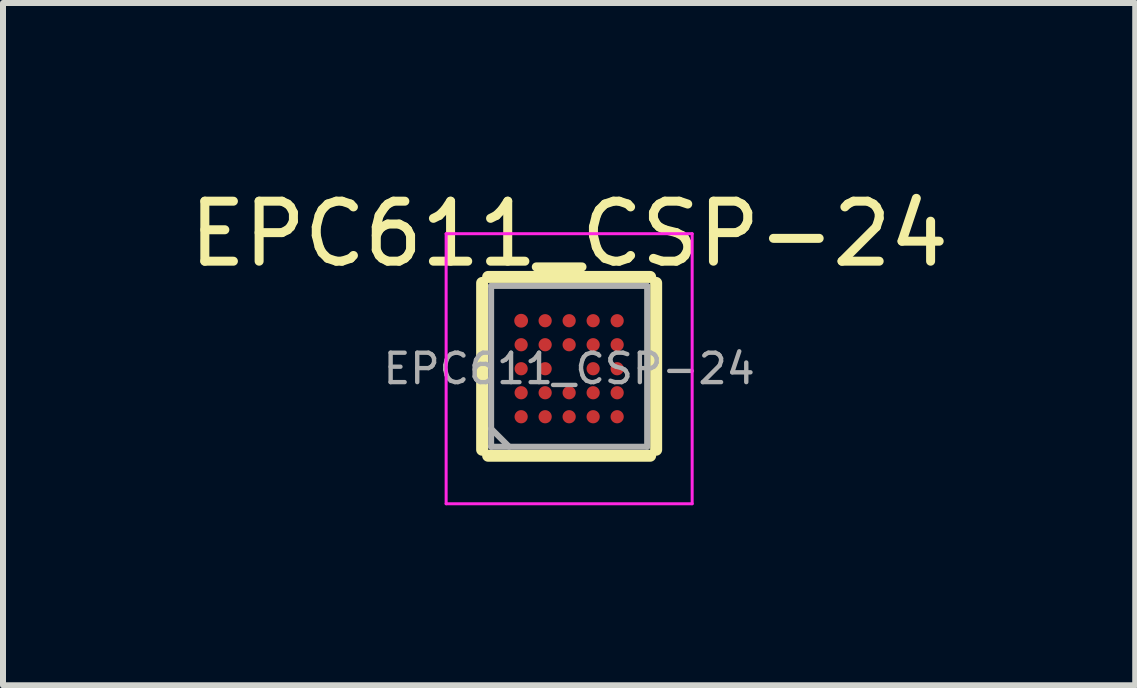
<source format=kicad_pcb>
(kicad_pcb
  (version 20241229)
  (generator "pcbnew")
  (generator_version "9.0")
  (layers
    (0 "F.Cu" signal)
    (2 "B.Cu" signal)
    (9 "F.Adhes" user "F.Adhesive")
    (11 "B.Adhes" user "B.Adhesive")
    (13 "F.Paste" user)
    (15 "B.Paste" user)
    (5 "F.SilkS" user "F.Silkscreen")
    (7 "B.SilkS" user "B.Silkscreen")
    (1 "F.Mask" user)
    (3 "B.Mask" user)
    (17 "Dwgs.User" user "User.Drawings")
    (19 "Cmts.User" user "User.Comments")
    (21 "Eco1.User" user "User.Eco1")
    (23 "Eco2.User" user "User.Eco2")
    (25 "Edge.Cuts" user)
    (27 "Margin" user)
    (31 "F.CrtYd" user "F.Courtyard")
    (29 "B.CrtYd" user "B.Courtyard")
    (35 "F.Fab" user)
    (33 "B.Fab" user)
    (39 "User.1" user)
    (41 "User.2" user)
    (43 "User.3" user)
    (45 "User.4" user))
  (footprint "EPC611_CSP-24"
    (layer "F.Cu")
    (at 6.435 3.095)
    (property "Reference" "EPC611_CSP-24" (at 0 -2.247 0) (layer "F.SilkS") (effects (font (size 1 1) (thickness 0.15))))
    (attr smd)
    (fp_line (start -1.45 1.35) (end -1.45 -1.43) (stroke (width 0.2) (type solid)) (layer "F.SilkS"))
    (fp_line (start -1.35 -1.53) (end 1.35 -1.53) (stroke (width 0.2) (type solid)) (layer "F.SilkS"))
    (fp_line (start 1.35 1.45) (end -1.35 1.45) (stroke (width 0.2) (type solid)) (layer "F.SilkS"))
    (fp_line (start 1.45 -1.43) (end 1.45 1.35) (stroke (width 0.2) (type solid)) (layer "F.SilkS"))
    (fp_line (start -2.05 -2.25) (end -2.05 2.25) (stroke (width 0.05) (type solid)) (layer "F.CrtYd"))
    (fp_line (start -2.05 2.25) (end 2.05 2.25) (stroke (width 0.05) (type solid)) (layer "F.CrtYd"))
    (fp_line (start 2.05 -2.25) (end -2.05 -2.25) (stroke (width 0.05) (type solid)) (layer "F.CrtYd"))
    (fp_line (start 2.05 2.25) (end 2.05 -2.25) (stroke (width 0.05) (type solid)) (layer "F.CrtYd"))
    (fp_line (start -1.3 -1.38) (end 1.3 -1.38) (stroke (width 0.1) (type solid)) (layer "F.Fab"))
    (fp_line (start -1.3 1) (end -1 1.3) (stroke (width 0.1) (type default)) (layer "F.Fab"))
    (fp_line (start -1.3 1.3) (end -1.3 -1.38) (stroke (width 0.1) (type solid)) (layer "F.Fab"))
    (fp_line (start 1.3 -1.38) (end 1.3 1.3) (stroke (width 0.1) (type solid)) (layer "F.Fab"))
    (fp_line (start 1.3 1.3) (end -1.3 1.3) (stroke (width 0.1) (type solid)) (layer "F.Fab"))
    (fp_text user "${REFERENCE}" (at 0 0 0) (layer "F.Fab") (effects (font (size 0.49 0.49) (thickness 0.073))))
    (pad "A1" smd circle (at -0.8 -0.8) (size 0.23 0.23) (property pad_prop_bga) (layers "F.Cu" "F.Mask" "F.Paste"))
    (pad "A2" smd circle (at -0.4 -0.8) (size 0.22 0.22) (layers "F.Cu" "F.Mask" "F.Paste"))
    (pad "A3" smd circle (at 0 -0.8) (size 0.22 0.22) (layers "F.Cu" "F.Mask" "F.Paste"))
    (pad "A4" smd circle (at 0.4 -0.8) (size 0.22 0.22) (layers "F.Cu" "F.Mask" "F.Paste"))
    (pad "A5" smd circle (at 0.8 -0.8) (size 0.22 0.22) (layers "F.Cu" "F.Mask" "F.Paste"))
    (pad "B1" smd circle (at -0.8 -0.4) (size 0.22 0.22) (layers "F.Cu" "F.Mask" "F.Paste"))
    (pad "B2" smd circle (at -0.4 -0.4) (size 0.22 0.22) (layers "F.Cu" "F.Mask" "F.Paste"))
    (pad "B3" smd circle (at 0 -0.4) (size 0.22 0.22) (layers "F.Cu" "F.Mask" "F.Paste"))
    (pad "B4" smd circle (at 0.4 -0.4) (size 0.22 0.22) (layers "F.Cu" "F.Mask" "F.Paste"))
    (pad "B5" smd circle (at 0.8 -0.4) (size 0.22 0.22) (layers "F.Cu" "F.Mask" "F.Paste"))
    (pad "C1" smd circle (at -0.8 0) (size 0.22 0.22) (layers "F.Cu" "F.Mask" "F.Paste"))
    (pad "C2" smd circle (at -0.4 0) (size 0.22 0.22) (layers "F.Cu" "F.Mask" "F.Paste"))
    (pad "C4" smd circle (at 0.4 0) (size 0.22 0.22) (layers "F.Cu" "F.Mask" "F.Paste"))
    (pad "C5" smd circle (at 0.8 0) (size 0.22 0.22) (layers "F.Cu" "F.Mask" "F.Paste"))
    (pad "D1" smd circle (at -0.8 0.4) (size 0.22 0.22) (layers "F.Cu" "F.Mask" "F.Paste"))
    (pad "D2" smd circle (at -0.4 0.4) (size 0.22 0.22) (layers "F.Cu" "F.Mask" "F.Paste"))
    (pad "D3" smd circle (at 0 0.4) (size 0.22 0.22) (layers "F.Cu" "F.Mask" "F.Paste"))
    (pad "D4" smd circle (at 0.4 0.4) (size 0.22 0.22) (layers "F.Cu" "F.Mask" "F.Paste"))
    (pad "D5" smd circle (at 0.8 0.4) (size 0.22 0.22) (layers "F.Cu" "F.Mask" "F.Paste"))
    (pad "E1" smd circle (at -0.8 0.8) (size 0.22 0.22) (layers "F.Cu" "F.Mask" "F.Paste"))
    (pad "E2" smd circle (at -0.4 0.8) (size 0.22 0.22) (layers "F.Cu" "F.Mask" "F.Paste"))
    (pad "E3" smd circle (at 0 0.8) (size 0.22 0.22) (layers "F.Cu" "F.Mask" "F.Paste"))
    (pad "E4" smd circle (at 0.4 0.8) (size 0.22 0.22) (layers "F.Cu" "F.Mask" "F.Paste"))
    (pad "E5" smd circle (at 0.8 0.8) (size 0.22 0.22) (layers "F.Cu" "F.Mask" "F.Paste")))
  (gr_rect
    (start -3 -3)
    (end 15.869 8.37)
    (stroke (width 0.1) (type default))
    (fill no)
    (layer "Edge.Cuts")))
</source>
